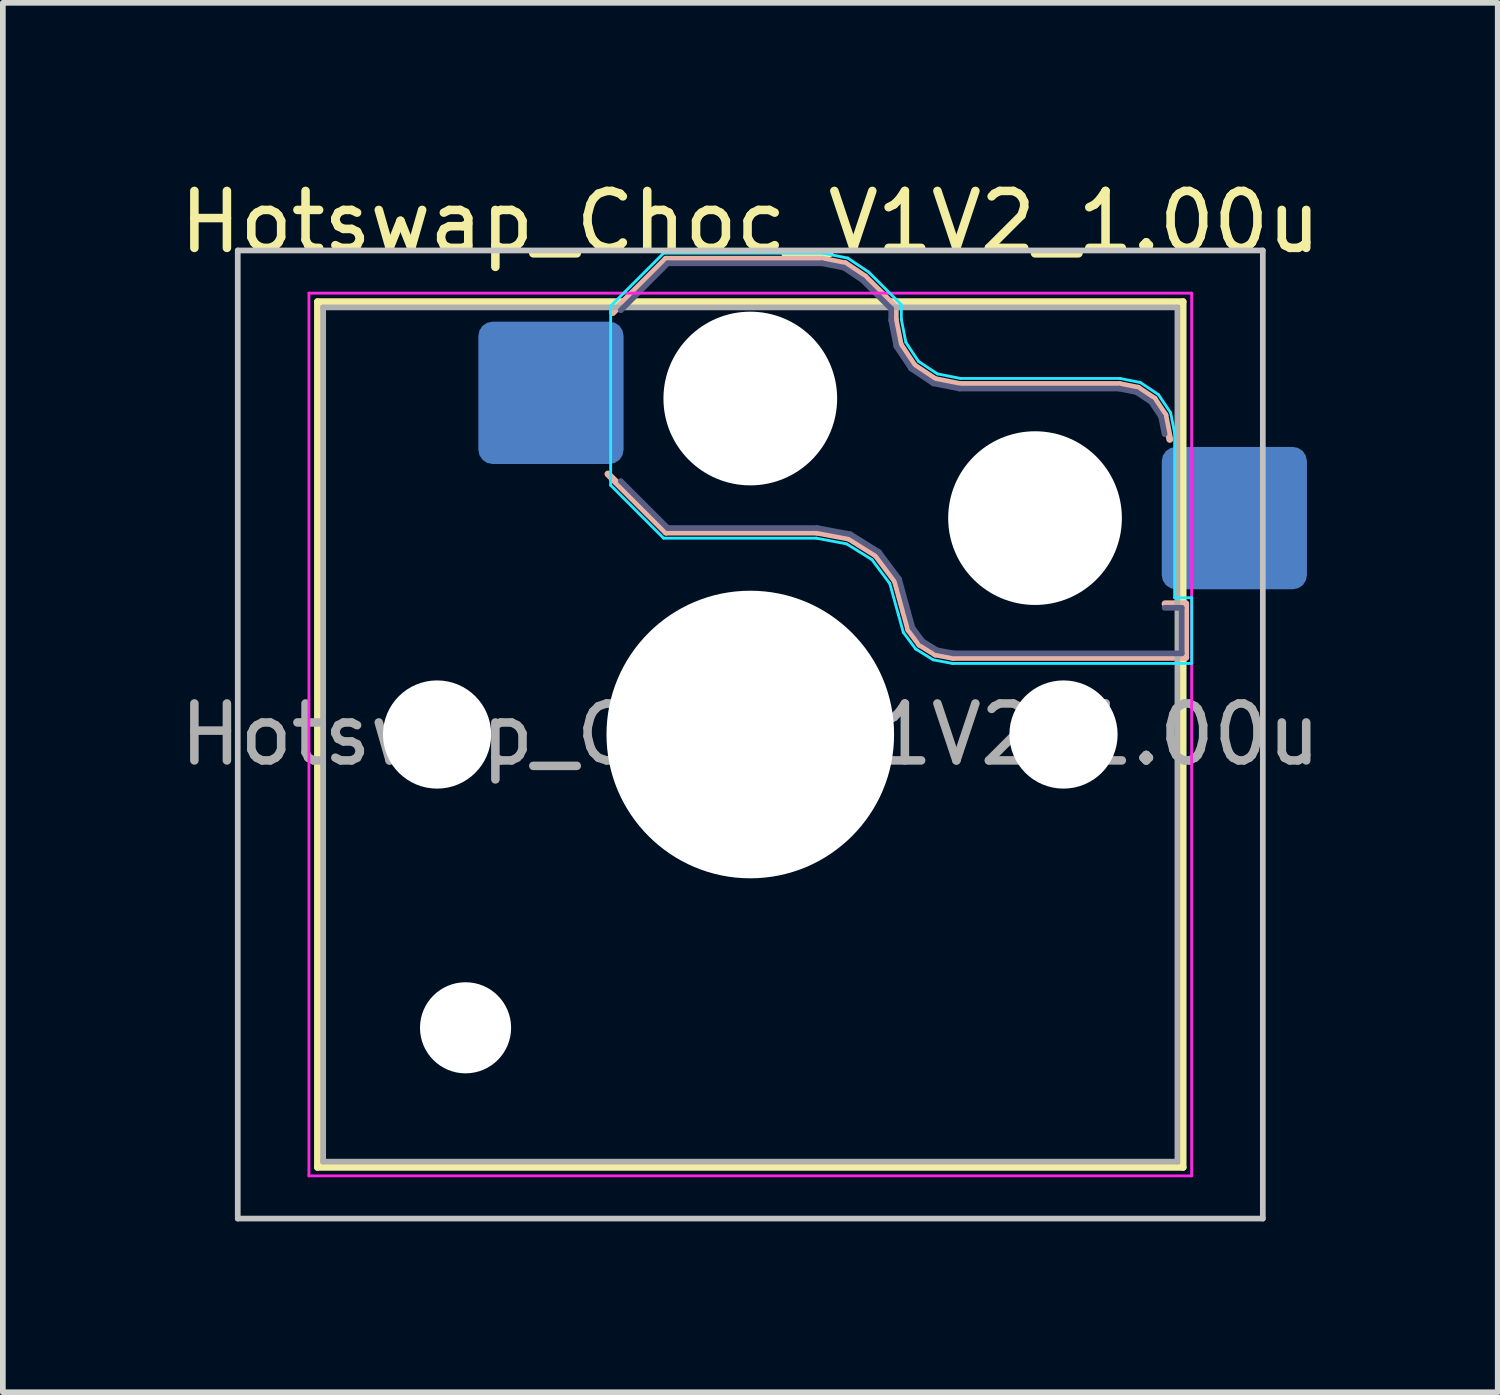
<source format=kicad_pcb>
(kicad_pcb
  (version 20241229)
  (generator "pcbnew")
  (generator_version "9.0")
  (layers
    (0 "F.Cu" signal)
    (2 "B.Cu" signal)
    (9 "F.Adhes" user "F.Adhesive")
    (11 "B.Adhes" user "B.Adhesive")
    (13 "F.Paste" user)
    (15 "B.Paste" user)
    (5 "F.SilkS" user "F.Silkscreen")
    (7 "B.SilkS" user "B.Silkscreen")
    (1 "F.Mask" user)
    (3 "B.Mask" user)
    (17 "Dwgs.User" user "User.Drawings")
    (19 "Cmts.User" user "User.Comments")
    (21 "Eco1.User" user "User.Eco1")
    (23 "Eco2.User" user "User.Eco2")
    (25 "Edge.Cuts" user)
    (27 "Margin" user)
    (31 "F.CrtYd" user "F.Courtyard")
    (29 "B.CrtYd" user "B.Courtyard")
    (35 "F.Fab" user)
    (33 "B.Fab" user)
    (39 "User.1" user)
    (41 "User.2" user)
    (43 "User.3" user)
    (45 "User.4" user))
  (footprint "Hotswap_Choc_V1V2_1.00u"
    (layer "F.Cu")
    (at 10.125 9.848)
    (property "Reference" "Hotswap_Choc_V1V2_1.00u" (at 0 -9 0) (layer "F.SilkS") (effects (font (size 1 1) (thickness 0.15))))
    (attr smd)
    (fp_line (start -7.6 -7.6) (end -7.6 7.6) (stroke (width 0.12) (type solid)) (layer "F.SilkS"))
    (fp_line (start -7.6 7.6) (end 7.6 7.6) (stroke (width 0.12) (type solid)) (layer "F.SilkS"))
    (fp_line (start 7.6 -7.6) (end -7.6 -7.6) (stroke (width 0.12) (type solid)) (layer "F.SilkS"))
    (fp_line (start 7.6 7.6) (end 7.6 -7.6) (stroke (width 0.12) (type solid)) (layer "F.SilkS"))
    (fp_line (start -2.416 -7.409) (end -1.479 -8.346) (stroke (width 0.12) (type solid)) (layer "B.SilkS"))
    (fp_line (start -1.479 -8.346) (end 1.268 -8.346) (stroke (width 0.12) (type solid)) (layer "B.SilkS"))
    (fp_line (start -1.479 -3.554) (end -2.5 -4.575) (stroke (width 0.12) (type solid)) (layer "B.SilkS"))
    (fp_line (start 1.168 -3.554) (end -1.479 -3.554) (stroke (width 0.12) (type solid)) (layer "B.SilkS"))
    (fp_line (start 1.268 -8.346) (end 1.671 -8.266) (stroke (width 0.12) (type solid)) (layer "B.SilkS"))
    (fp_line (start 1.671 -8.266) (end 2.013 -8.037) (stroke (width 0.12) (type solid)) (layer "B.SilkS"))
    (fp_line (start 1.73 -3.449) (end 1.168 -3.554) (stroke (width 0.12) (type solid)) (layer "B.SilkS"))
    (fp_line (start 2.013 -8.037) (end 2.546 -7.504) (stroke (width 0.12) (type solid)) (layer "B.SilkS"))
    (fp_line (start 2.209 -3.15) (end 1.73 -3.449) (stroke (width 0.12) (type solid)) (layer "B.SilkS"))
    (fp_line (start 2.546 -7.504) (end 2.546 -7.282) (stroke (width 0.12) (type solid)) (layer "B.SilkS"))
    (fp_line (start 2.546 -7.282) (end 2.633 -6.844) (stroke (width 0.12) (type solid)) (layer "B.SilkS"))
    (fp_line (start 2.547 -2.697) (end 2.209 -3.15) (stroke (width 0.12) (type solid)) (layer "B.SilkS"))
    (fp_line (start 2.633 -6.844) (end 2.877 -6.477) (stroke (width 0.12) (type solid)) (layer "B.SilkS"))
    (fp_line (start 2.701 -2.139) (end 2.547 -2.697) (stroke (width 0.12) (type solid)) (layer "B.SilkS"))
    (fp_line (start 2.783 -1.841) (end 2.701 -2.139) (stroke (width 0.12) (type solid)) (layer "B.SilkS"))
    (fp_line (start 2.877 -6.477) (end 3.244 -6.233) (stroke (width 0.12) (type solid)) (layer "B.SilkS"))
    (fp_line (start 2.976 -1.583) (end 2.783 -1.841) (stroke (width 0.12) (type solid)) (layer "B.SilkS"))
    (fp_line (start 3.244 -6.233) (end 3.682 -6.146) (stroke (width 0.12) (type solid)) (layer "B.SilkS"))
    (fp_line (start 3.25 -1.413) (end 2.976 -1.583) (stroke (width 0.12) (type solid)) (layer "B.SilkS"))
    (fp_line (start 3.56 -1.354) (end 3.25 -1.413) (stroke (width 0.12) (type solid)) (layer "B.SilkS"))
    (fp_line (start 3.682 -6.146) (end 6.482 -6.146) (stroke (width 0.12) (type solid)) (layer "B.SilkS"))
    (fp_line (start 6.482 -6.146) (end 6.809 -6.081) (stroke (width 0.12) (type solid)) (layer "B.SilkS"))
    (fp_line (start 6.809 -6.081) (end 7.092 -5.892) (stroke (width 0.12) (type solid)) (layer "B.SilkS"))
    (fp_line (start 7.092 -5.892) (end 7.281 -5.609) (stroke (width 0.12) (type solid)) (layer "B.SilkS"))
    (fp_line (start 7.281 -5.609) (end 7.366 -5.182) (stroke (width 0.12) (type solid)) (layer "B.SilkS"))
    (fp_line (start 7.283 -2.296) (end 7.646 -2.296) (stroke (width 0.12) (type solid)) (layer "B.SilkS"))
    (fp_line (start 7.646 -2.296) (end 7.646 -1.354) (stroke (width 0.12) (type solid)) (layer "B.SilkS"))
    (fp_line (start 7.646 -1.354) (end 3.56 -1.354) (stroke (width 0.12) (type solid)) (layer "B.SilkS"))
    (fp_line (start -9 -8.5) (end -9 8.5) (stroke (width 0.1) (type solid)) (layer "Dwgs.User"))
    (fp_line (start -9 8.5) (end 9 8.5) (stroke (width 0.1) (type solid)) (layer "Dwgs.User"))
    (fp_line (start 9 -8.5) (end -9 -8.5) (stroke (width 0.1) (type solid)) (layer "Dwgs.User"))
    (fp_line (start 9 8.5) (end 9 -8.5) (stroke (width 0.1) (type solid)) (layer "Dwgs.User"))
    (fp_line (start -7.25 -7.25) (end -7.25 7.25) (stroke (width 0.1) (type solid)) (layer "Eco1.User"))
    (fp_line (start -7.25 7.25) (end 7.25 7.25) (stroke (width 0.1) (type solid)) (layer "Eco1.User"))
    (fp_line (start 7.25 -7.25) (end -7.25 -7.25) (stroke (width 0.1) (type solid)) (layer "Eco1.User"))
    (fp_line (start 7.25 7.25) (end 7.25 -7.25) (stroke (width 0.1) (type solid)) (layer "Eco1.User"))
    (fp_line (start -2.452 -7.523) (end -1.523 -8.452) (stroke (width 0.05) (type solid)) (layer "B.CrtYd"))
    (fp_line (start -2.452 -4.377) (end -2.452 -7.523) (stroke (width 0.05) (type solid)) (layer "B.CrtYd"))
    (fp_line (start -1.523 -8.452) (end 1.278 -8.452) (stroke (width 0.05) (type solid)) (layer "B.CrtYd"))
    (fp_line (start -1.523 -3.448) (end -2.452 -4.377) (stroke (width 0.05) (type solid)) (layer "B.CrtYd"))
    (fp_line (start 1.159 -3.448) (end -1.523 -3.448) (stroke (width 0.05) (type solid)) (layer "B.CrtYd"))
    (fp_line (start 1.278 -8.452) (end 1.712 -8.366) (stroke (width 0.05) (type solid)) (layer "B.CrtYd"))
    (fp_line (start 1.691 -3.348) (end 1.159 -3.448) (stroke (width 0.05) (type solid)) (layer "B.CrtYd"))
    (fp_line (start 1.712 -8.366) (end 2.081 -8.119) (stroke (width 0.05) (type solid)) (layer "B.CrtYd"))
    (fp_line (start 2.081 -8.119) (end 2.652 -7.548) (stroke (width 0.05) (type solid)) (layer "B.CrtYd"))
    (fp_line (start 2.136 -3.071) (end 1.691 -3.348) (stroke (width 0.05) (type solid)) (layer "B.CrtYd"))
    (fp_line (start 2.45 -2.65) (end 2.136 -3.071) (stroke (width 0.05) (type solid)) (layer "B.CrtYd"))
    (fp_line (start 2.599 -2.111) (end 2.45 -2.65) (stroke (width 0.05) (type solid)) (layer "B.CrtYd"))
    (fp_line (start 2.652 -7.548) (end 2.652 -7.292) (stroke (width 0.05) (type solid)) (layer "B.CrtYd"))
    (fp_line (start 2.652 -7.292) (end 2.733 -6.885) (stroke (width 0.05) (type solid)) (layer "B.CrtYd"))
    (fp_line (start 2.687 -1.794) (end 2.599 -2.111) (stroke (width 0.05) (type solid)) (layer "B.CrtYd"))
    (fp_line (start 2.733 -6.885) (end 2.953 -6.553) (stroke (width 0.05) (type solid)) (layer "B.CrtYd"))
    (fp_line (start 2.903 -1.503) (end 2.687 -1.794) (stroke (width 0.05) (type solid)) (layer "B.CrtYd"))
    (fp_line (start 2.953 -6.553) (end 3.285 -6.333) (stroke (width 0.05) (type solid)) (layer "B.CrtYd"))
    (fp_line (start 3.211 -1.312) (end 2.903 -1.503) (stroke (width 0.05) (type solid)) (layer "B.CrtYd"))
    (fp_line (start 3.285 -6.333) (end 3.692 -6.252) (stroke (width 0.05) (type solid)) (layer "B.CrtYd"))
    (fp_line (start 3.55 -1.248) (end 3.211 -1.312) (stroke (width 0.05) (type solid)) (layer "B.CrtYd"))
    (fp_line (start 3.692 -6.252) (end 6.492 -6.252) (stroke (width 0.05) (type solid)) (layer "B.CrtYd"))
    (fp_line (start 6.492 -6.252) (end 6.85 -6.181) (stroke (width 0.05) (type solid)) (layer "B.CrtYd"))
    (fp_line (start 6.85 -6.181) (end 7.168 -5.968) (stroke (width 0.05) (type solid)) (layer "B.CrtYd"))
    (fp_line (start 7.168 -5.968) (end 7.381 -5.65) (stroke (width 0.05) (type solid)) (layer "B.CrtYd"))
    (fp_line (start 7.381 -5.65) (end 7.452 -5.292) (stroke (width 0.05) (type solid)) (layer "B.CrtYd"))
    (fp_line (start 7.452 -5.292) (end 7.452 -2.402) (stroke (width 0.05) (type solid)) (layer "B.CrtYd"))
    (fp_line (start 7.452 -2.402) (end 7.752 -2.402) (stroke (width 0.05) (type solid)) (layer "B.CrtYd"))
    (fp_line (start 7.752 -2.402) (end 7.752 -1.248) (stroke (width 0.05) (type solid)) (layer "B.CrtYd"))
    (fp_line (start 7.752 -1.248) (end 3.55 -1.248) (stroke (width 0.05) (type solid)) (layer "B.CrtYd"))
    (fp_line (start -7.75 -7.75) (end -7.75 7.75) (stroke (width 0.05) (type solid)) (layer "F.CrtYd"))
    (fp_line (start -7.75 7.75) (end 7.75 7.75) (stroke (width 0.05) (type solid)) (layer "F.CrtYd"))
    (fp_line (start 7.75 -7.75) (end -7.75 -7.75) (stroke (width 0.05) (type solid)) (layer "F.CrtYd"))
    (fp_line (start 7.75 7.75) (end 7.75 -7.75) (stroke (width 0.05) (type solid)) (layer "F.CrtYd"))
    (fp_line (start -2.275 -7.45) (end -1.45 -8.275) (stroke (width 0.1) (type solid)) (layer "B.Fab"))
    (fp_line (start -1.45 -8.275) (end 1.261 -8.275) (stroke (width 0.1) (type solid)) (layer "B.Fab"))
    (fp_line (start -1.45 -3.625) (end -2.275 -4.45) (stroke (width 0.1) (type solid)) (layer "B.Fab"))
    (fp_line (start 1.175 -3.625) (end -1.45 -3.625) (stroke (width 0.1) (type solid)) (layer "B.Fab"))
    (fp_line (start 1.261 -8.275) (end 1.643 -8.199) (stroke (width 0.1) (type solid)) (layer "B.Fab"))
    (fp_line (start 1.643 -8.199) (end 1.968 -7.982) (stroke (width 0.1) (type solid)) (layer "B.Fab"))
    (fp_line (start 1.756 -3.516) (end 1.175 -3.625) (stroke (width 0.1) (type solid)) (layer "B.Fab"))
    (fp_line (start 1.968 -7.982) (end 2.475 -7.475) (stroke (width 0.1) (type solid)) (layer "B.Fab"))
    (fp_line (start 2.258 -3.203) (end 1.756 -3.516) (stroke (width 0.1) (type solid)) (layer "B.Fab"))
    (fp_line (start 2.475 -7.475) (end 2.475 -7.275) (stroke (width 0.1) (type solid)) (layer "B.Fab"))
    (fp_line (start 2.475 -7.275) (end 2.566 -6.816) (stroke (width 0.1) (type solid)) (layer "B.Fab"))
    (fp_line (start 2.566 -6.816) (end 2.826 -6.426) (stroke (width 0.1) (type solid)) (layer "B.Fab"))
    (fp_line (start 2.612 -2.729) (end 2.258 -3.203) (stroke (width 0.1) (type solid)) (layer "B.Fab"))
    (fp_line (start 2.769 -2.158) (end 2.612 -2.729) (stroke (width 0.1) (type solid)) (layer "B.Fab"))
    (fp_line (start 2.826 -6.426) (end 3.216 -6.166) (stroke (width 0.1) (type solid)) (layer "B.Fab"))
    (fp_line (start 2.848 -1.873) (end 2.769 -2.158) (stroke (width 0.1) (type solid)) (layer "B.Fab"))
    (fp_line (start 3.025 -1.636) (end 2.848 -1.873) (stroke (width 0.1) (type solid)) (layer "B.Fab"))
    (fp_line (start 3.216 -6.166) (end 3.675 -6.075) (stroke (width 0.1) (type solid)) (layer "B.Fab"))
    (fp_line (start 3.276 -1.48) (end 3.025 -1.636) (stroke (width 0.1) (type solid)) (layer "B.Fab"))
    (fp_line (start 3.567 -1.425) (end 3.276 -1.48) (stroke (width 0.1) (type solid)) (layer "B.Fab"))
    (fp_line (start 3.675 -6.075) (end 6.475 -6.075) (stroke (width 0.1) (type solid)) (layer "B.Fab"))
    (fp_line (start 6.475 -6.075) (end 6.781 -6.014) (stroke (width 0.1) (type solid)) (layer "B.Fab"))
    (fp_line (start 6.781 -6.014) (end 7.041 -5.841) (stroke (width 0.1) (type solid)) (layer "B.Fab"))
    (fp_line (start 7.041 -5.841) (end 7.214 -5.581) (stroke (width 0.1) (type solid)) (layer "B.Fab"))
    (fp_line (start 7.214 -5.581) (end 7.275 -5.275) (stroke (width 0.1) (type solid)) (layer "B.Fab"))
    (fp_line (start 7.275 -2.225) (end 7.575 -2.225) (stroke (width 0.1) (type solid)) (layer "B.Fab"))
    (fp_line (start 7.575 -2.225) (end 7.575 -1.425) (stroke (width 0.1) (type solid)) (layer "B.Fab"))
    (fp_line (start 7.575 -1.425) (end 3.567 -1.425) (stroke (width 0.1) (type solid)) (layer "B.Fab"))
    (fp_line (start -7.5 -7.5) (end -7.5 7.5) (stroke (width 0.1) (type solid)) (layer "F.Fab"))
    (fp_line (start -7.5 7.5) (end 7.5 7.5) (stroke (width 0.1) (type solid)) (layer "F.Fab"))
    (fp_line (start 7.5 -7.5) (end -7.5 -7.5) (stroke (width 0.1) (type solid)) (layer "F.Fab"))
    (fp_line (start 7.5 7.5) (end 7.5 -7.5) (stroke (width 0.1) (type solid)) (layer "F.Fab"))
    (fp_text user "${REFERENCE}" (at 0 0 0) (layer "F.Fab") (effects (font (size 1 1) (thickness 0.15))))
    (pad "" np_thru_hole circle (at -5.5 0) (size 1.9 1.9) (drill 1.9) (layers "*.Cu" "*.Mask"))
    (pad "" np_thru_hole circle (at -5 5.15) (size 1.6 1.6) (drill 1.6) (layers "*.Cu" "*.Mask"))
    (pad "" np_thru_hole circle (at 0 -5.9) (size 3.05 3.05) (drill 3.05) (layers "*.Cu" "*.Mask"))
    (pad "" np_thru_hole circle (at 0 0) (size 5.05 5.05) (drill 5.05) (layers "*.Cu" "*.Mask"))
    (pad "" np_thru_hole circle (at 5 -3.8) (size 3.05 3.05) (drill 3.05) (layers "*.Cu" "*.Mask"))
    (pad "" np_thru_hole circle (at 5.5 0) (size 1.9 1.9) (drill 1.9) (layers "*.Cu" "*.Mask"))
    (pad "1" smd roundrect (at -3.5 -6) (size 2.55 2.5) (layers "B.Cu" "B.Mask" "B.Paste") (roundrect_rratio 0.1))
    (pad "2" smd roundrect (at 8.5 -3.8) (size 2.55 2.5) (layers "B.Cu" "B.Mask" "B.Paste") (roundrect_rratio 0.1)))
  (gr_rect
    (start -3 -3)
    (end 23.25 21.398)
    (stroke (width 0.1) (type default))
    (fill no)
    (layer "Edge.Cuts")))
</source>
